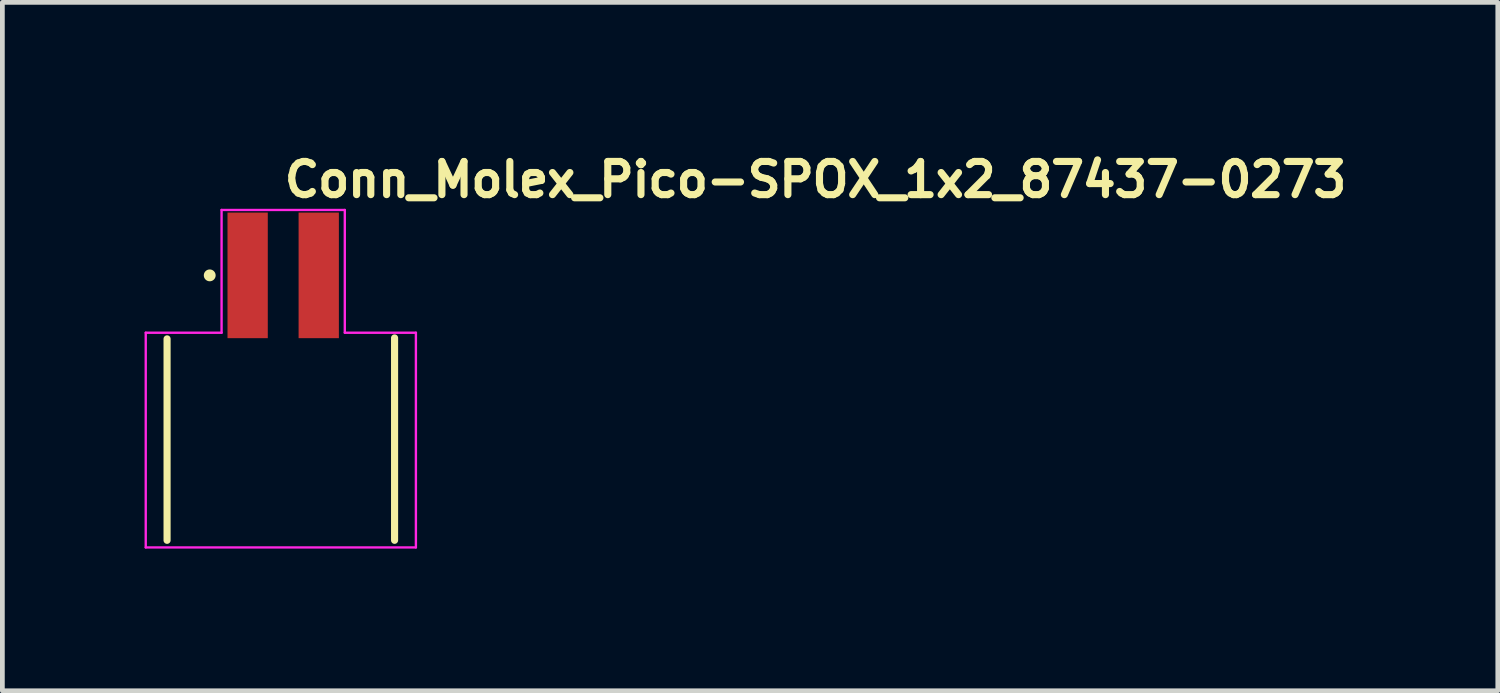
<source format=kicad_pcb>
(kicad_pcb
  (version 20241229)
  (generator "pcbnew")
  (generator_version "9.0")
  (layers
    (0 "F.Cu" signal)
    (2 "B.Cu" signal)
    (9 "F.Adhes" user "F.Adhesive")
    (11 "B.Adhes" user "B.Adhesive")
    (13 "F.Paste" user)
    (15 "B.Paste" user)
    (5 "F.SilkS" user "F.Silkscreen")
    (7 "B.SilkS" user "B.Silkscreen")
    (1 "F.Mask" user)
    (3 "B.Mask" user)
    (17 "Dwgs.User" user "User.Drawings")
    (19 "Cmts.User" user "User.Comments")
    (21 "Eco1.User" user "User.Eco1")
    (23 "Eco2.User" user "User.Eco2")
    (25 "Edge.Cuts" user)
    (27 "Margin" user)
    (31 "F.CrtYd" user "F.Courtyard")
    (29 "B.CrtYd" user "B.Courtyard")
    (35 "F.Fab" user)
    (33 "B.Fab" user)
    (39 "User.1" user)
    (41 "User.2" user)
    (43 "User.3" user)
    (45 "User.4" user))
  (footprint "Conn_Molex_Pico-SPOX_1x2_87437-0273"
    (layer "F.Cu")
    (at 2.875 5.85)
    (property "Reference" "Conn_Molex_Pico-SPOX_1x2_87437-0273" (at 0 -4.7 0) (layer "F.SilkS") (effects (font (size 0.7 0.7) (thickness 0.15)) (justify left bottom)))
    (attr smd)
    (fp_line (start -2.4 2.5) (end -2.4 -1.75) (stroke (width 0.15) (type solid)) (layer "F.SilkS"))
    (fp_line (start 2.4 2.5) (end 2.4 -1.77) (stroke (width 0.15) (type solid)) (layer "F.SilkS"))
    (fp_circle (center -1.5 -3.09) (end -1.5 -3.14) (stroke (width 0.15) (type solid)) (fill yes) (layer "F.SilkS"))
    (fp_line (start -2.85 -1.88) (end -2.85 2.65) (stroke (width 0.05) (type solid)) (layer "F.CrtYd"))
    (fp_line (start -2.85 2.65) (end 2.85 2.65) (stroke (width 0.05) (type solid)) (layer "F.CrtYd"))
    (fp_line (start -1.25 -4.47) (end -1.25 -1.88) (stroke (width 0.05) (type solid)) (layer "F.CrtYd"))
    (fp_line (start -1.25 -1.88) (end -2.85 -1.88) (stroke (width 0.05) (type solid)) (layer "F.CrtYd"))
    (fp_line (start 1.35 -4.47) (end -1.25 -4.47) (stroke (width 0.05) (type solid)) (layer "F.CrtYd"))
    (fp_line (start 1.35 -1.88) (end 1.35 -4.47) (stroke (width 0.05) (type solid)) (layer "F.CrtYd"))
    (fp_line (start 2.85 -1.88) (end 1.35 -1.88) (stroke (width 0.05) (type solid)) (layer "F.CrtYd"))
    (fp_line (start 2.85 2.65) (end 2.85 -1.88) (stroke (width 0.05) (type solid)) (layer "F.CrtYd"))
    (fp_rect (start -2.75 2.55) (end 2.75 -3.215) (stroke (width 0.1) (type solid)) (fill no) (layer "User.5"))
    (fp_line (start -2.75 2.55) (end -2.75 -1.785) (stroke (width 0.02) (type solid)) (layer "User.9"))
    (fp_line (start -0.95 -1.965) (end -0.95 -3.215) (stroke (width 0.02) (type solid)) (layer "User.9"))
    (fp_line (start -0.95 -1.785) (end -0.95 -1.965) (stroke (width 0.02) (type solid)) (layer "User.9"))
    (fp_line (start -0.55 -3.215) (end -0.95 -3.215) (stroke (width 0.02) (type solid)) (layer "User.9"))
    (fp_line (start -0.55 -1.965) (end -0.55 -3.215) (stroke (width 0.02) (type solid)) (layer "User.9"))
    (fp_line (start -0.55 -1.785) (end -0.55 -1.965) (stroke (width 0.02) (type solid)) (layer "User.9"))
    (fp_line (start 0.55 -1.965) (end 0.55 -3.215) (stroke (width 0.02) (type solid)) (layer "User.9"))
    (fp_line (start 0.55 -1.785) (end 0.55 -1.965) (stroke (width 0.02) (type solid)) (layer "User.9"))
    (fp_line (start 0.95 -3.215) (end 0.55 -3.215) (stroke (width 0.02) (type solid)) (layer "User.9"))
    (fp_line (start 0.95 -1.965) (end 0.95 -3.215) (stroke (width 0.02) (type solid)) (layer "User.9"))
    (fp_line (start 0.95 -1.785) (end 0.95 -1.965) (stroke (width 0.02) (type solid)) (layer "User.9"))
    (fp_line (start 2.75 -1.785) (end -2.75 -1.785) (stroke (width 0.02) (type solid)) (layer "User.9"))
    (fp_line (start 2.75 2.55) (end -2.75 2.55) (stroke (width 0.02) (type solid)) (layer "User.9"))
    (fp_line (start 2.75 2.55) (end 2.75 -1.785) (stroke (width 0.02) (type solid)) (layer "User.9"))
    (pad "1" smd rect (at -0.7 -3.09 180) (size 0.85 2.65) (layers "F.Cu" "F.Mask" "F.Paste"))
    (pad "2" smd rect (at 0.8 -3.09 180) (size 0.85 2.65) (layers "F.Cu" "F.Mask" "F.Paste")))
  (gr_rect
    (start -3 -3)
    (end 28.552 11.525)
    (stroke (width 0.1) (type default))
    (fill no)
    (layer "Edge.Cuts")))
</source>
